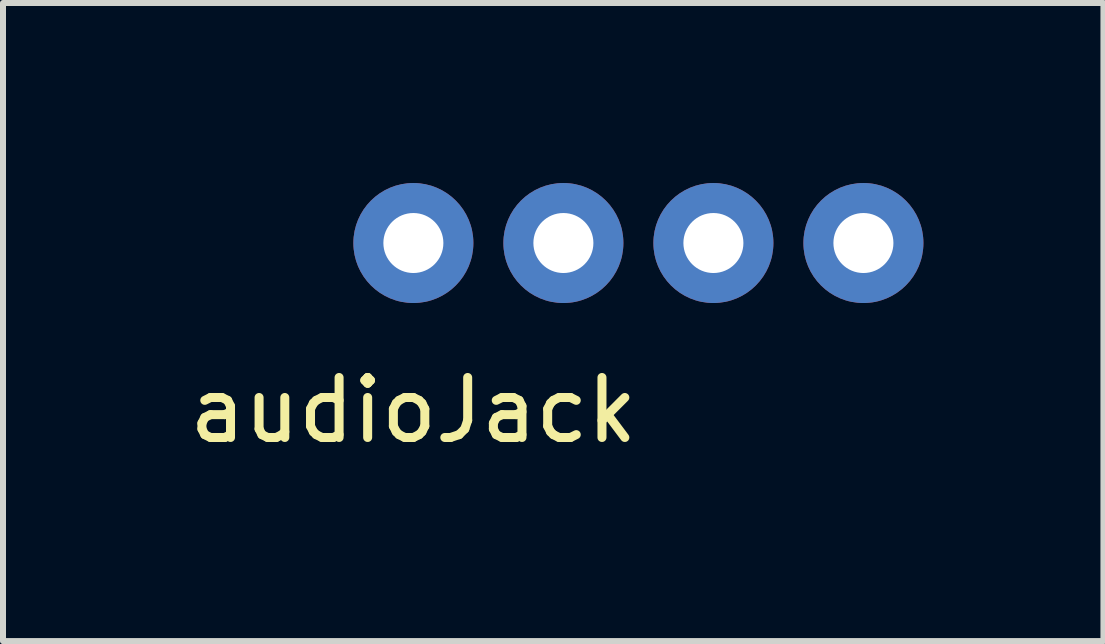
<source format=kicad_pcb>
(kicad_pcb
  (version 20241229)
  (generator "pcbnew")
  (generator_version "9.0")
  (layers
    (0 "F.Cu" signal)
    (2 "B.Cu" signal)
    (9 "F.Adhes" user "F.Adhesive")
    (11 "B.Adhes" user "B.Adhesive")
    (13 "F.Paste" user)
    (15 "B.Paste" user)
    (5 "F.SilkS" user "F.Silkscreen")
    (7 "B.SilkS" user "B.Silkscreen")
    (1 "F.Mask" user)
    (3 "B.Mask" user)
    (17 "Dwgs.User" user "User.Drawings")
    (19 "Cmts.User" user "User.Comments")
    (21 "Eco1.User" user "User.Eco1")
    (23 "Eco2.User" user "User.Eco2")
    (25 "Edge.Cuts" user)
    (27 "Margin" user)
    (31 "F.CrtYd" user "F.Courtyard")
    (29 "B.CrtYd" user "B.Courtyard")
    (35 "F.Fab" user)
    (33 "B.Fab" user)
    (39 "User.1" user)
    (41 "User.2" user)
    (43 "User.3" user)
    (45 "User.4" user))
  (footprint "audioJack"
    (layer "F.Cu")
    (at 3.839 3.286)
    (property "Reference" "audioJack" (at 0 0.5 0) (layer "F.SilkS") (effects (font (size 1 1) (thickness 0.15))))
    (attr through_hole)
    (pad "R1" thru_hole circle (at 2.5 -2.286) (size 2 2) (drill 1) (layers "*.Cu" "*.Mask"))
    (pad "R2" thru_hole circle (at 5 -2.286) (size 2 2) (drill 1) (layers "*.Cu" "*.Mask"))
    (pad "S" thru_hole circle (at 7.5 -2.286) (size 2 2) (drill 1) (layers "*.Cu" "*.Mask"))
    (pad "T" thru_hole circle (at 0 -2.286) (size 2 2) (drill 1) (layers "*.Cu" "*.Mask")))
  (gr_rect
    (start -3 -3)
    (end 15.339 7.634)
    (stroke (width 0.1) (type default))
    (fill no)
    (layer "Edge.Cuts")))
</source>
